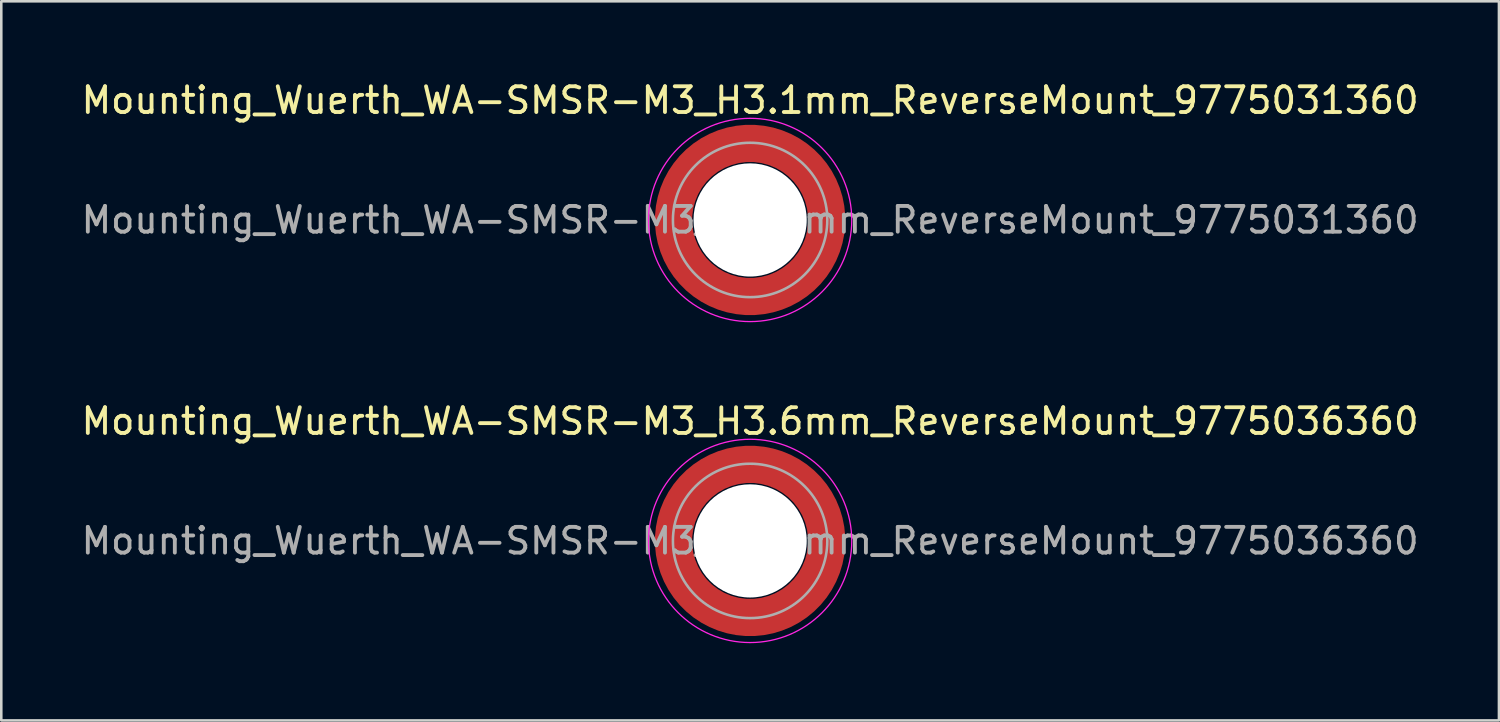
<source format=kicad_pcb>
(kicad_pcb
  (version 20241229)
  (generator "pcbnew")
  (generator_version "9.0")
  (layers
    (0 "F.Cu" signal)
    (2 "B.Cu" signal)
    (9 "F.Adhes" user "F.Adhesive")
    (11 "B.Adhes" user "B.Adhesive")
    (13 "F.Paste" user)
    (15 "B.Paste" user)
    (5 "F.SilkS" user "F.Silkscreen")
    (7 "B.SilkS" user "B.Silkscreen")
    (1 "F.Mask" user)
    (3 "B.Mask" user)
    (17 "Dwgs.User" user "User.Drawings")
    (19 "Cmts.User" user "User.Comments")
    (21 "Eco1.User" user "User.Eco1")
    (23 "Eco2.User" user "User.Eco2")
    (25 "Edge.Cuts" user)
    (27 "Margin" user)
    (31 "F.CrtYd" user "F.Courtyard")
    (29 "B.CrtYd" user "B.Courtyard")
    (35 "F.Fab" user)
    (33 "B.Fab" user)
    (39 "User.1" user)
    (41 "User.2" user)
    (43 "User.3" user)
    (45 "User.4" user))
  (footprint "Mounting_Wuerth_WA-SMSR-M3_H3.1mm_ReverseMount_9775031360"
    (layer "F.Cu")
    (at 26.101 5.498)
    (property "Reference" "Mounting_Wuerth_WA-SMSR-M3_H3.1mm_ReverseMount_9775031360" (at 0 -4.65 0) (layer "F.SilkS") (effects (font (size 1 1) (thickness 0.15))))
    (property "Mouser Part no." "" (at 0 0 0) (layer "F.Fab") (effects (font (size 1.27 1.27) (thickness 0.15))))
    (property "Mouser link" "" (at 0 0 0) (layer "F.Fab") (effects (font (size 1.27 1.27) (thickness 0.15))))
    (attr smd)
    (fp_circle (center 0 0) (end 3.95 0) (stroke (width 0.05) (type solid)) (fill no) (layer "F.CrtYd"))
    (fp_circle (center 0 0) (end 3 0) (stroke (width 0.1) (type solid)) (fill no) (layer "F.Fab"))
    (fp_text user "${REFERENCE}" (at 0 0 0) (layer "F.Fab") (effects (font (size 1 1) (thickness 0.15))))
    (pad "" smd custom (at -2.095 -2.095) (size 0.945 0.945) (layers "F.Paste") (options (anchor circle)) (primitives (gr_arc (start -0.24231 1.594804) (mid 0.404104 0.405534) (end 1.592827 -0.241886) (width 0.2)) (gr_arc (start -0.3398 1.594804) (mid 0.335987 0.338711) (end 1.591031 -0.339022) (width 0.2)) (gr_arc (start -0.437132 1.594804) (mid 0.268952 0.270807) (end 1.592231 -0.436623) (width 0.2)) (gr_arc (start -0.534324 1.594804) (mid 0.201345 0.203474) (end 1.591846 -0.53376) (width 0.2)) (gr_arc (start -0.631391 1.594804) (mid 0.134696 0.135183) (end 1.594126 -0.631267) (width 0.2)) (gr_arc (start -0.728345 1.594804) (mid 0.067234 0.067705) (end 1.594149 -0.728229) (width 0.2)) (gr_arc (start -0.825197 1.594804) (mid -0.001218 0.001219) (end 1.591408 -0.824614) (width 0.2)) (gr_arc (start -0.921958 1.594804) (mid -0.068952 -0.065985) (end 1.590665 -0.921269) (width 0.2)) (gr_arc (start -1.018637 1.594804) (mid -0.135972 -0.133907) (end 1.59192 -1.018172) (width 0.2)) (gr_arc (start -1.115239 1.594804) (mid -0.20428 -0.200537) (end 1.589574 -1.11442) (width 0.2)) (gr_arc (start -1.211773 1.594804) (mid -0.26993 -0.269828) (end 1.594662 -1.211751) (width 0.2)) (gr_arc (start -1.308244 1.594804) (mid -0.33911 -0.335587) (end 1.589875 -1.307516) (width 0.2)) (gr_arc (start -1.404657 1.594804) (mid -0.405633 -0.404004) (end 1.592524 -1.404331) (width 0.2)) (gr_arc (start -1.404657 1.594804) (mid -0.405633 -0.404004) (end 1.592524 -1.404331) (width 0.2)) (gr_line (start 1.595 -0.242) (end 1.595 -1.405) (width 0.2)) (gr_line (start -0.242 1.595) (end -1.405 1.595) (width 0.2))))
    (pad "" smd custom (at -2.095 2.095) (size 0.945 0.945) (layers "F.Paste") (options (anchor circle)) (primitives (gr_arc (start 1.594804 0.24231) (mid 0.405534 -0.404104) (end -0.241886 -1.592827) (width 0.2)) (gr_arc (start 1.594804 0.3398) (mid 0.338711 -0.335987) (end -0.339022 -1.591031) (width 0.2)) (gr_arc (start 1.594804 0.437132) (mid 0.270807 -0.268952) (end -0.436623 -1.592231) (width 0.2)) (gr_arc (start 1.594804 0.534324) (mid 0.203474 -0.201345) (end -0.53376 -1.591846) (width 0.2)) (gr_arc (start 1.594804 0.631391) (mid 0.135183 -0.134696) (end -0.631267 -1.594126) (width 0.2)) (gr_arc (start 1.594804 0.728345) (mid 0.067705 -0.067234) (end -0.728229 -1.594149) (width 0.2)) (gr_arc (start 1.594804 0.825197) (mid 0.001219 0.001218) (end -0.824614 -1.591408) (width 0.2)) (gr_arc (start 1.594804 0.921958) (mid -0.065985 0.068952) (end -0.921269 -1.590665) (width 0.2)) (gr_arc (start 1.594804 1.018637) (mid -0.133907 0.135972) (end -1.018172 -1.59192) (width 0.2)) (gr_arc (start 1.594804 1.115239) (mid -0.200537 0.20428) (end -1.11442 -1.589574) (width 0.2)) (gr_arc (start 1.594804 1.211773) (mid -0.269828 0.26993) (end -1.211751 -1.594662) (width 0.2)) (gr_arc (start 1.594804 1.308244) (mid -0.335587 0.33911) (end -1.307516 -1.589875) (width 0.2)) (gr_arc (start 1.594804 1.404657) (mid -0.404004 0.405633) (end -1.404331 -1.592524) (width 0.2)) (gr_arc (start 1.594804 1.404657) (mid -0.404004 0.405633) (end -1.404331 -1.592524) (width 0.2)) (gr_line (start -0.242 -1.595) (end -1.405 -1.595) (width 0.2)) (gr_line (start 1.595 0.242) (end 1.595 1.405) (width 0.2))))
    (pad "" np_thru_hole circle (at 0 0) (size 4.4 4.4) (drill 4.4) (layers "*.Cu" "*.Mask"))
    (pad "" smd custom (at 2.095 -2.095) (size 0.945 0.945) (layers "F.Paste") (options (anchor circle)) (primitives (gr_arc (start -1.594804 -0.24231) (mid -0.405534 0.404104) (end 0.241886 1.592827) (width 0.2)) (gr_arc (start -1.594804 -0.3398) (mid -0.338711 0.335987) (end 0.339022 1.591031) (width 0.2)) (gr_arc (start -1.594804 -0.437132) (mid -0.270807 0.268952) (end 0.436623 1.592231) (width 0.2)) (gr_arc (start -1.594804 -0.534324) (mid -0.203474 0.201345) (end 0.53376 1.591846) (width 0.2)) (gr_arc (start -1.594804 -0.631391) (mid -0.135183 0.134696) (end 0.631267 1.594126) (width 0.2)) (gr_arc (start -1.594804 -0.728345) (mid -0.067705 0.067234) (end 0.728229 1.594149) (width 0.2)) (gr_arc (start -1.594804 -0.825197) (mid -0.001219 -0.001218) (end 0.824614 1.591408) (width 0.2)) (gr_arc (start -1.594804 -0.921958) (mid 0.065985 -0.068952) (end 0.921269 1.590665) (width 0.2)) (gr_arc (start -1.594804 -1.018637) (mid 0.133907 -0.135972) (end 1.018172 1.59192) (width 0.2)) (gr_arc (start -1.594804 -1.115239) (mid 0.200537 -0.20428) (end 1.11442 1.589574) (width 0.2)) (gr_arc (start -1.594804 -1.211773) (mid 0.269828 -0.26993) (end 1.211751 1.594662) (width 0.2)) (gr_arc (start -1.594804 -1.308244) (mid 0.335587 -0.33911) (end 1.307516 1.589875) (width 0.2)) (gr_arc (start -1.594804 -1.404657) (mid 0.404004 -0.405633) (end 1.404331 1.592524) (width 0.2)) (gr_arc (start -1.594804 -1.404657) (mid 0.404004 -0.405633) (end 1.404331 1.592524) (width 0.2)) (gr_line (start 0.242 1.595) (end 1.405 1.595) (width 0.2)) (gr_line (start -1.595 -0.242) (end -1.595 -1.405) (width 0.2))))
    (pad "" smd custom (at 2.095 2.095) (size 0.945 0.945) (layers "F.Paste") (options (anchor circle)) (primitives (gr_arc (start 0.24231 -1.594804) (mid -0.404104 -0.405534) (end -1.592827 0.241886) (width 0.2)) (gr_arc (start 0.3398 -1.594804) (mid -0.335987 -0.338711) (end -1.591031 0.339022) (width 0.2)) (gr_arc (start 0.437132 -1.594804) (mid -0.268952 -0.270807) (end -1.592231 0.436623) (width 0.2)) (gr_arc (start 0.534324 -1.594804) (mid -0.201345 -0.203474) (end -1.591846 0.53376) (width 0.2)) (gr_arc (start 0.631391 -1.594804) (mid -0.134696 -0.135183) (end -1.594126 0.631267) (width 0.2)) (gr_arc (start 0.728345 -1.594804) (mid -0.067234 -0.067705) (end -1.594149 0.728229) (width 0.2)) (gr_arc (start 0.825197 -1.594804) (mid 0.001218 -0.001219) (end -1.591408 0.824614) (width 0.2)) (gr_arc (start 0.921958 -1.594804) (mid 0.068952 0.065985) (end -1.590665 0.921269) (width 0.2)) (gr_arc (start 1.018637 -1.594804) (mid 0.135972 0.133907) (end -1.59192 1.018172) (width 0.2)) (gr_arc (start 1.115239 -1.594804) (mid 0.20428 0.200537) (end -1.589574 1.11442) (width 0.2)) (gr_arc (start 1.211773 -1.594804) (mid 0.26993 0.269828) (end -1.594662 1.211751) (width 0.2)) (gr_arc (start 1.308244 -1.594804) (mid 0.33911 0.335587) (end -1.589875 1.307516) (width 0.2)) (gr_arc (start 1.404657 -1.594804) (mid 0.405633 0.404004) (end -1.592524 1.404331) (width 0.2)) (gr_arc (start 1.404657 -1.594804) (mid 0.405633 0.404004) (end -1.592524 1.404331) (width 0.2)) (gr_line (start -1.595 0.242) (end -1.595 1.405) (width 0.2)) (gr_line (start 0.242 -1.595) (end 1.405 -1.595) (width 0.2))))
    (pad "1" smd circle (at -2.975 0) (size 1.05 1.05) (layers "F.Cu"))
    (pad "1" smd circle (at 0 -2.975) (size 1.05 1.05) (layers "F.Cu"))
    (pad "1" smd circle (at 0 2.975) (size 1.05 1.05) (layers "F.Cu"))
    (pad "1" smd custom (at 2.975 0) (size 1.05 1.05) (layers "F.Cu" "F.Mask") (options (anchor circle)) (primitives (gr_circle (center -2.975 0) (end 0 0) (width 1.45) (fill no)))))
  (footprint "Mounting_Wuerth_WA-SMSR-M3_H3.6mm_ReverseMount_9775036360"
    (layer "F.Cu")
    (at 26.101 17.971)
    (property "Reference" "Mounting_Wuerth_WA-SMSR-M3_H3.6mm_ReverseMount_9775036360" (at 0 -4.65 0) (layer "F.SilkS") (effects (font (size 1 1) (thickness 0.15))))
    (property "Mouser Part no." "" (at 0 0 0) (layer "F.Fab") (effects (font (size 1.27 1.27) (thickness 0.15))))
    (property "Mouser link" "" (at 0 0 0) (layer "F.Fab") (effects (font (size 1.27 1.27) (thickness 0.15))))
    (attr smd)
    (fp_circle (center 0 0) (end 3.95 0) (stroke (width 0.05) (type solid)) (fill no) (layer "F.CrtYd"))
    (fp_circle (center 0 0) (end 3 0) (stroke (width 0.1) (type solid)) (fill no) (layer "F.Fab"))
    (fp_text user "${REFERENCE}" (at 0 0 0) (layer "F.Fab") (effects (font (size 1 1) (thickness 0.15))))
    (pad "" smd custom (at -2.095 -2.095) (size 0.945 0.945) (layers "F.Paste") (options (anchor circle)) (primitives (gr_arc (start -0.24231 1.594804) (mid 0.404104 0.405534) (end 1.592827 -0.241886) (width 0.2)) (gr_arc (start -0.3398 1.594804) (mid 0.335987 0.338711) (end 1.591031 -0.339022) (width 0.2)) (gr_arc (start -0.437132 1.594804) (mid 0.268952 0.270807) (end 1.592231 -0.436623) (width 0.2)) (gr_arc (start -0.534324 1.594804) (mid 0.201345 0.203474) (end 1.591846 -0.53376) (width 0.2)) (gr_arc (start -0.631391 1.594804) (mid 0.134696 0.135183) (end 1.594126 -0.631267) (width 0.2)) (gr_arc (start -0.728345 1.594804) (mid 0.067234 0.067705) (end 1.594149 -0.728229) (width 0.2)) (gr_arc (start -0.825197 1.594804) (mid -0.001218 0.001219) (end 1.591408 -0.824614) (width 0.2)) (gr_arc (start -0.921958 1.594804) (mid -0.068952 -0.065985) (end 1.590665 -0.921269) (width 0.2)) (gr_arc (start -1.018637 1.594804) (mid -0.135972 -0.133907) (end 1.59192 -1.018172) (width 0.2)) (gr_arc (start -1.115239 1.594804) (mid -0.20428 -0.200537) (end 1.589574 -1.11442) (width 0.2)) (gr_arc (start -1.211773 1.594804) (mid -0.26993 -0.269828) (end 1.594662 -1.211751) (width 0.2)) (gr_arc (start -1.308244 1.594804) (mid -0.33911 -0.335587) (end 1.589875 -1.307516) (width 0.2)) (gr_arc (start -1.404657 1.594804) (mid -0.405633 -0.404004) (end 1.592524 -1.404331) (width 0.2)) (gr_arc (start -1.404657 1.594804) (mid -0.405633 -0.404004) (end 1.592524 -1.404331) (width 0.2)) (gr_line (start 1.595 -0.242) (end 1.595 -1.405) (width 0.2)) (gr_line (start -0.242 1.595) (end -1.405 1.595) (width 0.2))))
    (pad "" smd custom (at -2.095 2.095) (size 0.945 0.945) (layers "F.Paste") (options (anchor circle)) (primitives (gr_arc (start 1.594804 0.24231) (mid 0.405534 -0.404104) (end -0.241886 -1.592827) (width 0.2)) (gr_arc (start 1.594804 0.3398) (mid 0.338711 -0.335987) (end -0.339022 -1.591031) (width 0.2)) (gr_arc (start 1.594804 0.437132) (mid 0.270807 -0.268952) (end -0.436623 -1.592231) (width 0.2)) (gr_arc (start 1.594804 0.534324) (mid 0.203474 -0.201345) (end -0.53376 -1.591846) (width 0.2)) (gr_arc (start 1.594804 0.631391) (mid 0.135183 -0.134696) (end -0.631267 -1.594126) (width 0.2)) (gr_arc (start 1.594804 0.728345) (mid 0.067705 -0.067234) (end -0.728229 -1.594149) (width 0.2)) (gr_arc (start 1.594804 0.825197) (mid 0.001219 0.001218) (end -0.824614 -1.591408) (width 0.2)) (gr_arc (start 1.594804 0.921958) (mid -0.065985 0.068952) (end -0.921269 -1.590665) (width 0.2)) (gr_arc (start 1.594804 1.018637) (mid -0.133907 0.135972) (end -1.018172 -1.59192) (width 0.2)) (gr_arc (start 1.594804 1.115239) (mid -0.200537 0.20428) (end -1.11442 -1.589574) (width 0.2)) (gr_arc (start 1.594804 1.211773) (mid -0.269828 0.26993) (end -1.211751 -1.594662) (width 0.2)) (gr_arc (start 1.594804 1.308244) (mid -0.335587 0.33911) (end -1.307516 -1.589875) (width 0.2)) (gr_arc (start 1.594804 1.404657) (mid -0.404004 0.405633) (end -1.404331 -1.592524) (width 0.2)) (gr_arc (start 1.594804 1.404657) (mid -0.404004 0.405633) (end -1.404331 -1.592524) (width 0.2)) (gr_line (start -0.242 -1.595) (end -1.405 -1.595) (width 0.2)) (gr_line (start 1.595 0.242) (end 1.595 1.405) (width 0.2))))
    (pad "" np_thru_hole circle (at 0 0) (size 4.4 4.4) (drill 4.4) (layers "*.Cu" "*.Mask"))
    (pad "" smd custom (at 2.095 -2.095) (size 0.945 0.945) (layers "F.Paste") (options (anchor circle)) (primitives (gr_arc (start -1.594804 -0.24231) (mid -0.405534 0.404104) (end 0.241886 1.592827) (width 0.2)) (gr_arc (start -1.594804 -0.3398) (mid -0.338711 0.335987) (end 0.339022 1.591031) (width 0.2)) (gr_arc (start -1.594804 -0.437132) (mid -0.270807 0.268952) (end 0.436623 1.592231) (width 0.2)) (gr_arc (start -1.594804 -0.534324) (mid -0.203474 0.201345) (end 0.53376 1.591846) (width 0.2)) (gr_arc (start -1.594804 -0.631391) (mid -0.135183 0.134696) (end 0.631267 1.594126) (width 0.2)) (gr_arc (start -1.594804 -0.728345) (mid -0.067705 0.067234) (end 0.728229 1.594149) (width 0.2)) (gr_arc (start -1.594804 -0.825197) (mid -0.001219 -0.001218) (end 0.824614 1.591408) (width 0.2)) (gr_arc (start -1.594804 -0.921958) (mid 0.065985 -0.068952) (end 0.921269 1.590665) (width 0.2)) (gr_arc (start -1.594804 -1.018637) (mid 0.133907 -0.135972) (end 1.018172 1.59192) (width 0.2)) (gr_arc (start -1.594804 -1.115239) (mid 0.200537 -0.20428) (end 1.11442 1.589574) (width 0.2)) (gr_arc (start -1.594804 -1.211773) (mid 0.269828 -0.26993) (end 1.211751 1.594662) (width 0.2)) (gr_arc (start -1.594804 -1.308244) (mid 0.335587 -0.33911) (end 1.307516 1.589875) (width 0.2)) (gr_arc (start -1.594804 -1.404657) (mid 0.404004 -0.405633) (end 1.404331 1.592524) (width 0.2)) (gr_arc (start -1.594804 -1.404657) (mid 0.404004 -0.405633) (end 1.404331 1.592524) (width 0.2)) (gr_line (start 0.242 1.595) (end 1.405 1.595) (width 0.2)) (gr_line (start -1.595 -0.242) (end -1.595 -1.405) (width 0.2))))
    (pad "" smd custom (at 2.095 2.095) (size 0.945 0.945) (layers "F.Paste") (options (anchor circle)) (primitives (gr_arc (start 0.24231 -1.594804) (mid -0.404104 -0.405534) (end -1.592827 0.241886) (width 0.2)) (gr_arc (start 0.3398 -1.594804) (mid -0.335987 -0.338711) (end -1.591031 0.339022) (width 0.2)) (gr_arc (start 0.437132 -1.594804) (mid -0.268952 -0.270807) (end -1.592231 0.436623) (width 0.2)) (gr_arc (start 0.534324 -1.594804) (mid -0.201345 -0.203474) (end -1.591846 0.53376) (width 0.2)) (gr_arc (start 0.631391 -1.594804) (mid -0.134696 -0.135183) (end -1.594126 0.631267) (width 0.2)) (gr_arc (start 0.728345 -1.594804) (mid -0.067234 -0.067705) (end -1.594149 0.728229) (width 0.2)) (gr_arc (start 0.825197 -1.594804) (mid 0.001218 -0.001219) (end -1.591408 0.824614) (width 0.2)) (gr_arc (start 0.921958 -1.594804) (mid 0.068952 0.065985) (end -1.590665 0.921269) (width 0.2)) (gr_arc (start 1.018637 -1.594804) (mid 0.135972 0.133907) (end -1.59192 1.018172) (width 0.2)) (gr_arc (start 1.115239 -1.594804) (mid 0.20428 0.200537) (end -1.589574 1.11442) (width 0.2)) (gr_arc (start 1.211773 -1.594804) (mid 0.26993 0.269828) (end -1.594662 1.211751) (width 0.2)) (gr_arc (start 1.308244 -1.594804) (mid 0.33911 0.335587) (end -1.589875 1.307516) (width 0.2)) (gr_arc (start 1.404657 -1.594804) (mid 0.405633 0.404004) (end -1.592524 1.404331) (width 0.2)) (gr_arc (start 1.404657 -1.594804) (mid 0.405633 0.404004) (end -1.592524 1.404331) (width 0.2)) (gr_line (start -1.595 0.242) (end -1.595 1.405) (width 0.2)) (gr_line (start 0.242 -1.595) (end 1.405 -1.595) (width 0.2))))
    (pad "1" smd circle (at -2.975 0) (size 1.05 1.05) (layers "F.Cu"))
    (pad "1" smd circle (at 0 -2.975) (size 1.05 1.05) (layers "F.Cu"))
    (pad "1" smd circle (at 0 2.975) (size 1.05 1.05) (layers "F.Cu"))
    (pad "1" smd custom (at 2.975 0) (size 1.05 1.05) (layers "F.Cu" "F.Mask") (options (anchor circle)) (primitives (gr_circle (center -2.975 0) (end 0 0) (width 1.45) (fill no)))))
  (gr_rect
    (start -3 -3)
    (end 55.202 24.947)
    (stroke (width 0.1) (type default))
    (fill no)
    (layer "Edge.Cuts")))
</source>
